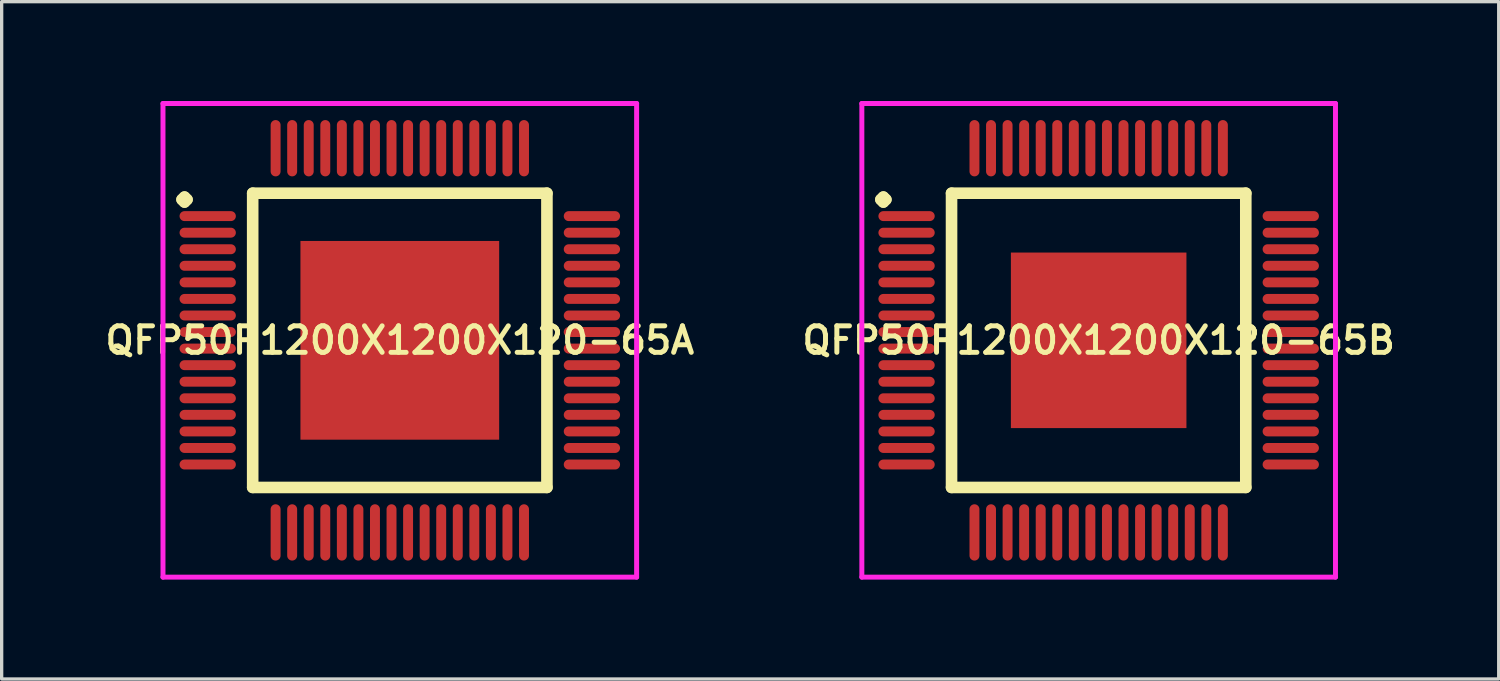
<source format=kicad_pcb>
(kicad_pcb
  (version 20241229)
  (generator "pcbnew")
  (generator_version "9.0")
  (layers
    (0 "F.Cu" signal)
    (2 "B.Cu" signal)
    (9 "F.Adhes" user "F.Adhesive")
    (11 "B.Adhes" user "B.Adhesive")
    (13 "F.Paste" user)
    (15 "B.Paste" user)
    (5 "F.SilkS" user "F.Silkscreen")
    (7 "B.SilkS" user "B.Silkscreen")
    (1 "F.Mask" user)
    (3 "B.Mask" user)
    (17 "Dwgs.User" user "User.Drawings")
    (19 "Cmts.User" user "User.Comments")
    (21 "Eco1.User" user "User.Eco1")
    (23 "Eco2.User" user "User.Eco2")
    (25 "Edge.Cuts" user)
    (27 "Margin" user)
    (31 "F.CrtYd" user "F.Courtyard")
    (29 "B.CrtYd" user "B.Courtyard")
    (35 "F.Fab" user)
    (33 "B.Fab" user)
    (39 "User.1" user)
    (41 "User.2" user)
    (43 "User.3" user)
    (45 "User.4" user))
  (footprint "QFP50P1200X1200X120-65B"
    (layer "F.Cu")
    (at 30.121 7.225)
    (property "Reference" "QFP50P1200X1200X120-65B" (at 0 0 0) (layer "F.SilkS") (effects (font (size 0.8 0.8) (thickness 0.15))))
    (attr smd)
    (fp_line (start -6.575 -4.25) (end -6.5 -4.325) (stroke (width 0.35) (type solid)) (layer "F.SilkS"))
    (fp_line (start -6.5 -4.325) (end -6.425 -4.25) (stroke (width 0.35) (type solid)) (layer "F.SilkS"))
    (fp_line (start -6.5 -4.175) (end -6.575 -4.25) (stroke (width 0.35) (type solid)) (layer "F.SilkS"))
    (fp_line (start -6.425 -4.25) (end -6.5 -4.175) (stroke (width 0.35) (type solid)) (layer "F.SilkS"))
    (fp_line (start -4.442 -4.442) (end -4.442 4.442) (stroke (width 0.35) (type solid)) (layer "F.SilkS"))
    (fp_line (start -4.442 4.442) (end 4.442 4.442) (stroke (width 0.35) (type solid)) (layer "F.SilkS"))
    (fp_line (start 4.442 -4.442) (end -4.442 -4.442) (stroke (width 0.35) (type solid)) (layer "F.SilkS"))
    (fp_line (start 4.442 4.442) (end 4.442 -4.442) (stroke (width 0.35) (type solid)) (layer "F.SilkS"))
    (fp_line (start -7.15 -7.15) (end 7.15 -7.15) (stroke (width 0.15) (type solid)) (layer "F.CrtYd"))
    (fp_line (start -7.15 7.15) (end -7.15 -7.15) (stroke (width 0.15) (type solid)) (layer "F.CrtYd"))
    (fp_line (start 7.15 -7.15) (end 7.15 7.15) (stroke (width 0.15) (type solid)) (layer "F.CrtYd"))
    (fp_line (start 7.15 7.15) (end -7.15 7.15) (stroke (width 0.15) (type solid)) (layer "F.CrtYd"))
    (pad "1" smd oval (at -5.8 -3.75) (size 1.7 0.3) (layers "F.Cu" "F.Mask" "F.Paste"))
    (pad "2" smd oval (at -5.8 -3.25) (size 1.7 0.3) (layers "F.Cu" "F.Mask" "F.Paste"))
    (pad "3" smd oval (at -5.8 -2.75) (size 1.7 0.3) (layers "F.Cu" "F.Mask" "F.Paste"))
    (pad "4" smd oval (at -5.8 -2.25) (size 1.7 0.3) (layers "F.Cu" "F.Mask" "F.Paste"))
    (pad "5" smd oval (at -5.8 -1.75) (size 1.7 0.3) (layers "F.Cu" "F.Mask" "F.Paste"))
    (pad "6" smd oval (at -5.8 -1.25) (size 1.7 0.3) (layers "F.Cu" "F.Mask" "F.Paste"))
    (pad "7" smd oval (at -5.8 -0.75) (size 1.7 0.3) (layers "F.Cu" "F.Mask" "F.Paste"))
    (pad "8" smd oval (at -5.8 -0.25) (size 1.7 0.3) (layers "F.Cu" "F.Mask" "F.Paste"))
    (pad "9" smd oval (at -5.8 0.25) (size 1.7 0.3) (layers "F.Cu" "F.Mask" "F.Paste"))
    (pad "10" smd oval (at -5.8 0.75) (size 1.7 0.3) (layers "F.Cu" "F.Mask" "F.Paste"))
    (pad "11" smd oval (at -5.8 1.25) (size 1.7 0.3) (layers "F.Cu" "F.Mask" "F.Paste"))
    (pad "12" smd oval (at -5.8 1.75) (size 1.7 0.3) (layers "F.Cu" "F.Mask" "F.Paste"))
    (pad "13" smd oval (at -5.8 2.25) (size 1.7 0.3) (layers "F.Cu" "F.Mask" "F.Paste"))
    (pad "14" smd oval (at -5.8 2.75) (size 1.7 0.3) (layers "F.Cu" "F.Mask" "F.Paste"))
    (pad "15" smd oval (at -5.8 3.25) (size 1.7 0.3) (layers "F.Cu" "F.Mask" "F.Paste"))
    (pad "16" smd oval (at -5.8 3.75) (size 1.7 0.3) (layers "F.Cu" "F.Mask" "F.Paste"))
    (pad "17" smd oval (at -3.75 5.8) (size 0.3 1.7) (layers "F.Cu" "F.Mask" "F.Paste"))
    (pad "18" smd oval (at -3.25 5.8) (size 0.3 1.7) (layers "F.Cu" "F.Mask" "F.Paste"))
    (pad "19" smd oval (at -2.75 5.8) (size 0.3 1.7) (layers "F.Cu" "F.Mask" "F.Paste"))
    (pad "20" smd oval (at -2.25 5.8) (size 0.3 1.7) (layers "F.Cu" "F.Mask" "F.Paste"))
    (pad "21" smd oval (at -1.75 5.8) (size 0.3 1.7) (layers "F.Cu" "F.Mask" "F.Paste"))
    (pad "22" smd oval (at -1.25 5.8) (size 0.3 1.7) (layers "F.Cu" "F.Mask" "F.Paste"))
    (pad "23" smd oval (at -0.75 5.8) (size 0.3 1.7) (layers "F.Cu" "F.Mask" "F.Paste"))
    (pad "24" smd oval (at -0.25 5.8) (size 0.3 1.7) (layers "F.Cu" "F.Mask" "F.Paste"))
    (pad "25" smd oval (at 0.25 5.8) (size 0.3 1.7) (layers "F.Cu" "F.Mask" "F.Paste"))
    (pad "26" smd oval (at 0.75 5.8) (size 0.3 1.7) (layers "F.Cu" "F.Mask" "F.Paste"))
    (pad "27" smd oval (at 1.25 5.8) (size 0.3 1.7) (layers "F.Cu" "F.Mask" "F.Paste"))
    (pad "28" smd oval (at 1.75 5.8) (size 0.3 1.7) (layers "F.Cu" "F.Mask" "F.Paste"))
    (pad "29" smd oval (at 2.25 5.8) (size 0.3 1.7) (layers "F.Cu" "F.Mask" "F.Paste"))
    (pad "30" smd oval (at 2.75 5.8) (size 0.3 1.7) (layers "F.Cu" "F.Mask" "F.Paste"))
    (pad "31" smd oval (at 3.25 5.8) (size 0.3 1.7) (layers "F.Cu" "F.Mask" "F.Paste"))
    (pad "32" smd oval (at 3.75 5.8) (size 0.3 1.7) (layers "F.Cu" "F.Mask" "F.Paste"))
    (pad "33" smd oval (at 5.8 3.75) (size 1.7 0.3) (layers "F.Cu" "F.Mask" "F.Paste"))
    (pad "34" smd oval (at 5.8 3.25) (size 1.7 0.3) (layers "F.Cu" "F.Mask" "F.Paste"))
    (pad "35" smd oval (at 5.8 2.75) (size 1.7 0.3) (layers "F.Cu" "F.Mask" "F.Paste"))
    (pad "36" smd oval (at 5.8 2.25) (size 1.7 0.3) (layers "F.Cu" "F.Mask" "F.Paste"))
    (pad "37" smd oval (at 5.8 1.75) (size 1.7 0.3) (layers "F.Cu" "F.Mask" "F.Paste"))
    (pad "38" smd oval (at 5.8 1.25) (size 1.7 0.3) (layers "F.Cu" "F.Mask" "F.Paste"))
    (pad "39" smd oval (at 5.8 0.75) (size 1.7 0.3) (layers "F.Cu" "F.Mask" "F.Paste"))
    (pad "40" smd oval (at 5.8 0.25) (size 1.7 0.3) (layers "F.Cu" "F.Mask" "F.Paste"))
    (pad "41" smd oval (at 5.8 -0.25) (size 1.7 0.3) (layers "F.Cu" "F.Mask" "F.Paste"))
    (pad "42" smd oval (at 5.8 -0.75) (size 1.7 0.3) (layers "F.Cu" "F.Mask" "F.Paste"))
    (pad "43" smd oval (at 5.8 -1.25) (size 1.7 0.3) (layers "F.Cu" "F.Mask" "F.Paste"))
    (pad "44" smd oval (at 5.8 -1.75) (size 1.7 0.3) (layers "F.Cu" "F.Mask" "F.Paste"))
    (pad "45" smd oval (at 5.8 -2.25) (size 1.7 0.3) (layers "F.Cu" "F.Mask" "F.Paste"))
    (pad "46" smd oval (at 5.8 -2.75) (size 1.7 0.3) (layers "F.Cu" "F.Mask" "F.Paste"))
    (pad "47" smd oval (at 5.8 -3.25) (size 1.7 0.3) (layers "F.Cu" "F.Mask" "F.Paste"))
    (pad "48" smd oval (at 5.8 -3.75) (size 1.7 0.3) (layers "F.Cu" "F.Mask" "F.Paste"))
    (pad "49" smd oval (at 3.75 -5.8) (size 0.3 1.7) (layers "F.Cu" "F.Mask" "F.Paste"))
    (pad "50" smd oval (at 3.25 -5.8) (size 0.3 1.7) (layers "F.Cu" "F.Mask" "F.Paste"))
    (pad "51" smd oval (at 2.75 -5.8) (size 0.3 1.7) (layers "F.Cu" "F.Mask" "F.Paste"))
    (pad "52" smd oval (at 2.25 -5.8) (size 0.3 1.7) (layers "F.Cu" "F.Mask" "F.Paste"))
    (pad "53" smd oval (at 1.75 -5.8) (size 0.3 1.7) (layers "F.Cu" "F.Mask" "F.Paste"))
    (pad "54" smd oval (at 1.25 -5.8) (size 0.3 1.7) (layers "F.Cu" "F.Mask" "F.Paste"))
    (pad "55" smd oval (at 0.75 -5.8) (size 0.3 1.7) (layers "F.Cu" "F.Mask" "F.Paste"))
    (pad "56" smd oval (at 0.25 -5.8) (size 0.3 1.7) (layers "F.Cu" "F.Mask" "F.Paste"))
    (pad "57" smd oval (at -0.25 -5.8) (size 0.3 1.7) (layers "F.Cu" "F.Mask" "F.Paste"))
    (pad "58" smd oval (at -0.75 -5.8) (size 0.3 1.7) (layers "F.Cu" "F.Mask" "F.Paste"))
    (pad "59" smd oval (at -1.25 -5.8) (size 0.3 1.7) (layers "F.Cu" "F.Mask" "F.Paste"))
    (pad "60" smd oval (at -1.75 -5.8) (size 0.3 1.7) (layers "F.Cu" "F.Mask" "F.Paste"))
    (pad "61" smd oval (at -2.25 -5.8) (size 0.3 1.7) (layers "F.Cu" "F.Mask" "F.Paste"))
    (pad "62" smd oval (at -2.75 -5.8) (size 0.3 1.7) (layers "F.Cu" "F.Mask" "F.Paste"))
    (pad "63" smd oval (at -3.25 -5.8) (size 0.3 1.7) (layers "F.Cu" "F.Mask" "F.Paste"))
    (pad "64" smd oval (at -3.75 -5.8) (size 0.3 1.7) (layers "F.Cu" "F.Mask" "F.Paste"))
    (pad "65" smd rect (at 0 0) (size 5.3 5.3) (layers "F.Cu" "F.Mask" "F.Paste")))
  (footprint "QFP50P1200X1200X120-65A"
    (layer "F.Cu")
    (at 9.021 7.225)
    (property "Reference" "QFP50P1200X1200X120-65A" (at 0 0 0) (layer "F.SilkS") (effects (font (size 0.8 0.8) (thickness 0.15))))
    (attr smd)
    (fp_line (start -6.575 -4.25) (end -6.5 -4.325) (stroke (width 0.35) (type solid)) (layer "F.SilkS"))
    (fp_line (start -6.5 -4.325) (end -6.425 -4.25) (stroke (width 0.35) (type solid)) (layer "F.SilkS"))
    (fp_line (start -6.5 -4.175) (end -6.575 -4.25) (stroke (width 0.35) (type solid)) (layer "F.SilkS"))
    (fp_line (start -6.425 -4.25) (end -6.5 -4.175) (stroke (width 0.35) (type solid)) (layer "F.SilkS"))
    (fp_line (start -4.442 -4.442) (end -4.442 4.442) (stroke (width 0.35) (type solid)) (layer "F.SilkS"))
    (fp_line (start -4.442 4.442) (end 4.442 4.442) (stroke (width 0.35) (type solid)) (layer "F.SilkS"))
    (fp_line (start 4.442 -4.442) (end -4.442 -4.442) (stroke (width 0.35) (type solid)) (layer "F.SilkS"))
    (fp_line (start 4.442 4.442) (end 4.442 -4.442) (stroke (width 0.35) (type solid)) (layer "F.SilkS"))
    (fp_line (start -7.15 -7.15) (end 7.15 -7.15) (stroke (width 0.15) (type solid)) (layer "F.CrtYd"))
    (fp_line (start -7.15 7.15) (end -7.15 -7.15) (stroke (width 0.15) (type solid)) (layer "F.CrtYd"))
    (fp_line (start 7.15 -7.15) (end 7.15 7.15) (stroke (width 0.15) (type solid)) (layer "F.CrtYd"))
    (fp_line (start 7.15 7.15) (end -7.15 7.15) (stroke (width 0.15) (type solid)) (layer "F.CrtYd"))
    (pad "1" smd oval (at -5.8 -3.75) (size 1.7 0.3) (layers "F.Cu" "F.Mask" "F.Paste"))
    (pad "2" smd oval (at -5.8 -3.25) (size 1.7 0.3) (layers "F.Cu" "F.Mask" "F.Paste"))
    (pad "3" smd oval (at -5.8 -2.75) (size 1.7 0.3) (layers "F.Cu" "F.Mask" "F.Paste"))
    (pad "4" smd oval (at -5.8 -2.25) (size 1.7 0.3) (layers "F.Cu" "F.Mask" "F.Paste"))
    (pad "5" smd oval (at -5.8 -1.75) (size 1.7 0.3) (layers "F.Cu" "F.Mask" "F.Paste"))
    (pad "6" smd oval (at -5.8 -1.25) (size 1.7 0.3) (layers "F.Cu" "F.Mask" "F.Paste"))
    (pad "7" smd oval (at -5.8 -0.75) (size 1.7 0.3) (layers "F.Cu" "F.Mask" "F.Paste"))
    (pad "8" smd oval (at -5.8 -0.25) (size 1.7 0.3) (layers "F.Cu" "F.Mask" "F.Paste"))
    (pad "9" smd oval (at -5.8 0.25) (size 1.7 0.3) (layers "F.Cu" "F.Mask" "F.Paste"))
    (pad "10" smd oval (at -5.8 0.75) (size 1.7 0.3) (layers "F.Cu" "F.Mask" "F.Paste"))
    (pad "11" smd oval (at -5.8 1.25) (size 1.7 0.3) (layers "F.Cu" "F.Mask" "F.Paste"))
    (pad "12" smd oval (at -5.8 1.75) (size 1.7 0.3) (layers "F.Cu" "F.Mask" "F.Paste"))
    (pad "13" smd oval (at -5.8 2.25) (size 1.7 0.3) (layers "F.Cu" "F.Mask" "F.Paste"))
    (pad "14" smd oval (at -5.8 2.75) (size 1.7 0.3) (layers "F.Cu" "F.Mask" "F.Paste"))
    (pad "15" smd oval (at -5.8 3.25) (size 1.7 0.3) (layers "F.Cu" "F.Mask" "F.Paste"))
    (pad "16" smd oval (at -5.8 3.75) (size 1.7 0.3) (layers "F.Cu" "F.Mask" "F.Paste"))
    (pad "17" smd oval (at -3.75 5.8) (size 0.3 1.7) (layers "F.Cu" "F.Mask" "F.Paste"))
    (pad "18" smd oval (at -3.25 5.8) (size 0.3 1.7) (layers "F.Cu" "F.Mask" "F.Paste"))
    (pad "19" smd oval (at -2.75 5.8) (size 0.3 1.7) (layers "F.Cu" "F.Mask" "F.Paste"))
    (pad "20" smd oval (at -2.25 5.8) (size 0.3 1.7) (layers "F.Cu" "F.Mask" "F.Paste"))
    (pad "21" smd oval (at -1.75 5.8) (size 0.3 1.7) (layers "F.Cu" "F.Mask" "F.Paste"))
    (pad "22" smd oval (at -1.25 5.8) (size 0.3 1.7) (layers "F.Cu" "F.Mask" "F.Paste"))
    (pad "23" smd oval (at -0.75 5.8) (size 0.3 1.7) (layers "F.Cu" "F.Mask" "F.Paste"))
    (pad "24" smd oval (at -0.25 5.8) (size 0.3 1.7) (layers "F.Cu" "F.Mask" "F.Paste"))
    (pad "25" smd oval (at 0.25 5.8) (size 0.3 1.7) (layers "F.Cu" "F.Mask" "F.Paste"))
    (pad "26" smd oval (at 0.75 5.8) (size 0.3 1.7) (layers "F.Cu" "F.Mask" "F.Paste"))
    (pad "27" smd oval (at 1.25 5.8) (size 0.3 1.7) (layers "F.Cu" "F.Mask" "F.Paste"))
    (pad "28" smd oval (at 1.75 5.8) (size 0.3 1.7) (layers "F.Cu" "F.Mask" "F.Paste"))
    (pad "29" smd oval (at 2.25 5.8) (size 0.3 1.7) (layers "F.Cu" "F.Mask" "F.Paste"))
    (pad "30" smd oval (at 2.75 5.8) (size 0.3 1.7) (layers "F.Cu" "F.Mask" "F.Paste"))
    (pad "31" smd oval (at 3.25 5.8) (size 0.3 1.7) (layers "F.Cu" "F.Mask" "F.Paste"))
    (pad "32" smd oval (at 3.75 5.8) (size 0.3 1.7) (layers "F.Cu" "F.Mask" "F.Paste"))
    (pad "33" smd oval (at 5.8 3.75) (size 1.7 0.3) (layers "F.Cu" "F.Mask" "F.Paste"))
    (pad "34" smd oval (at 5.8 3.25) (size 1.7 0.3) (layers "F.Cu" "F.Mask" "F.Paste"))
    (pad "35" smd oval (at 5.8 2.75) (size 1.7 0.3) (layers "F.Cu" "F.Mask" "F.Paste"))
    (pad "36" smd oval (at 5.8 2.25) (size 1.7 0.3) (layers "F.Cu" "F.Mask" "F.Paste"))
    (pad "37" smd oval (at 5.8 1.75) (size 1.7 0.3) (layers "F.Cu" "F.Mask" "F.Paste"))
    (pad "38" smd oval (at 5.8 1.25) (size 1.7 0.3) (layers "F.Cu" "F.Mask" "F.Paste"))
    (pad "39" smd oval (at 5.8 0.75) (size 1.7 0.3) (layers "F.Cu" "F.Mask" "F.Paste"))
    (pad "40" smd oval (at 5.8 0.25) (size 1.7 0.3) (layers "F.Cu" "F.Mask" "F.Paste"))
    (pad "41" smd oval (at 5.8 -0.25) (size 1.7 0.3) (layers "F.Cu" "F.Mask" "F.Paste"))
    (pad "42" smd oval (at 5.8 -0.75) (size 1.7 0.3) (layers "F.Cu" "F.Mask" "F.Paste"))
    (pad "43" smd oval (at 5.8 -1.25) (size 1.7 0.3) (layers "F.Cu" "F.Mask" "F.Paste"))
    (pad "44" smd oval (at 5.8 -1.75) (size 1.7 0.3) (layers "F.Cu" "F.Mask" "F.Paste"))
    (pad "45" smd oval (at 5.8 -2.25) (size 1.7 0.3) (layers "F.Cu" "F.Mask" "F.Paste"))
    (pad "46" smd oval (at 5.8 -2.75) (size 1.7 0.3) (layers "F.Cu" "F.Mask" "F.Paste"))
    (pad "47" smd oval (at 5.8 -3.25) (size 1.7 0.3) (layers "F.Cu" "F.Mask" "F.Paste"))
    (pad "48" smd oval (at 5.8 -3.75) (size 1.7 0.3) (layers "F.Cu" "F.Mask" "F.Paste"))
    (pad "49" smd oval (at 3.75 -5.8) (size 0.3 1.7) (layers "F.Cu" "F.Mask" "F.Paste"))
    (pad "50" smd oval (at 3.25 -5.8) (size 0.3 1.7) (layers "F.Cu" "F.Mask" "F.Paste"))
    (pad "51" smd oval (at 2.75 -5.8) (size 0.3 1.7) (layers "F.Cu" "F.Mask" "F.Paste"))
    (pad "52" smd oval (at 2.25 -5.8) (size 0.3 1.7) (layers "F.Cu" "F.Mask" "F.Paste"))
    (pad "53" smd oval (at 1.75 -5.8) (size 0.3 1.7) (layers "F.Cu" "F.Mask" "F.Paste"))
    (pad "54" smd oval (at 1.25 -5.8) (size 0.3 1.7) (layers "F.Cu" "F.Mask" "F.Paste"))
    (pad "55" smd oval (at 0.75 -5.8) (size 0.3 1.7) (layers "F.Cu" "F.Mask" "F.Paste"))
    (pad "56" smd oval (at 0.25 -5.8) (size 0.3 1.7) (layers "F.Cu" "F.Mask" "F.Paste"))
    (pad "57" smd oval (at -0.25 -5.8) (size 0.3 1.7) (layers "F.Cu" "F.Mask" "F.Paste"))
    (pad "58" smd oval (at -0.75 -5.8) (size 0.3 1.7) (layers "F.Cu" "F.Mask" "F.Paste"))
    (pad "59" smd oval (at -1.25 -5.8) (size 0.3 1.7) (layers "F.Cu" "F.Mask" "F.Paste"))
    (pad "60" smd oval (at -1.75 -5.8) (size 0.3 1.7) (layers "F.Cu" "F.Mask" "F.Paste"))
    (pad "61" smd oval (at -2.25 -5.8) (size 0.3 1.7) (layers "F.Cu" "F.Mask" "F.Paste"))
    (pad "62" smd oval (at -2.75 -5.8) (size 0.3 1.7) (layers "F.Cu" "F.Mask" "F.Paste"))
    (pad "63" smd oval (at -3.25 -5.8) (size 0.3 1.7) (layers "F.Cu" "F.Mask" "F.Paste"))
    (pad "64" smd oval (at -3.75 -5.8) (size 0.3 1.7) (layers "F.Cu" "F.Mask" "F.Paste"))
    (pad "65" smd rect (at 0 0) (size 6 6) (layers "F.Cu" "F.Mask" "F.Paste")))
  (gr_rect
    (start -3 -3)
    (end 42.199 17.45)
    (stroke (width 0.1) (type default))
    (fill no)
    (layer "Edge.Cuts")))
</source>
